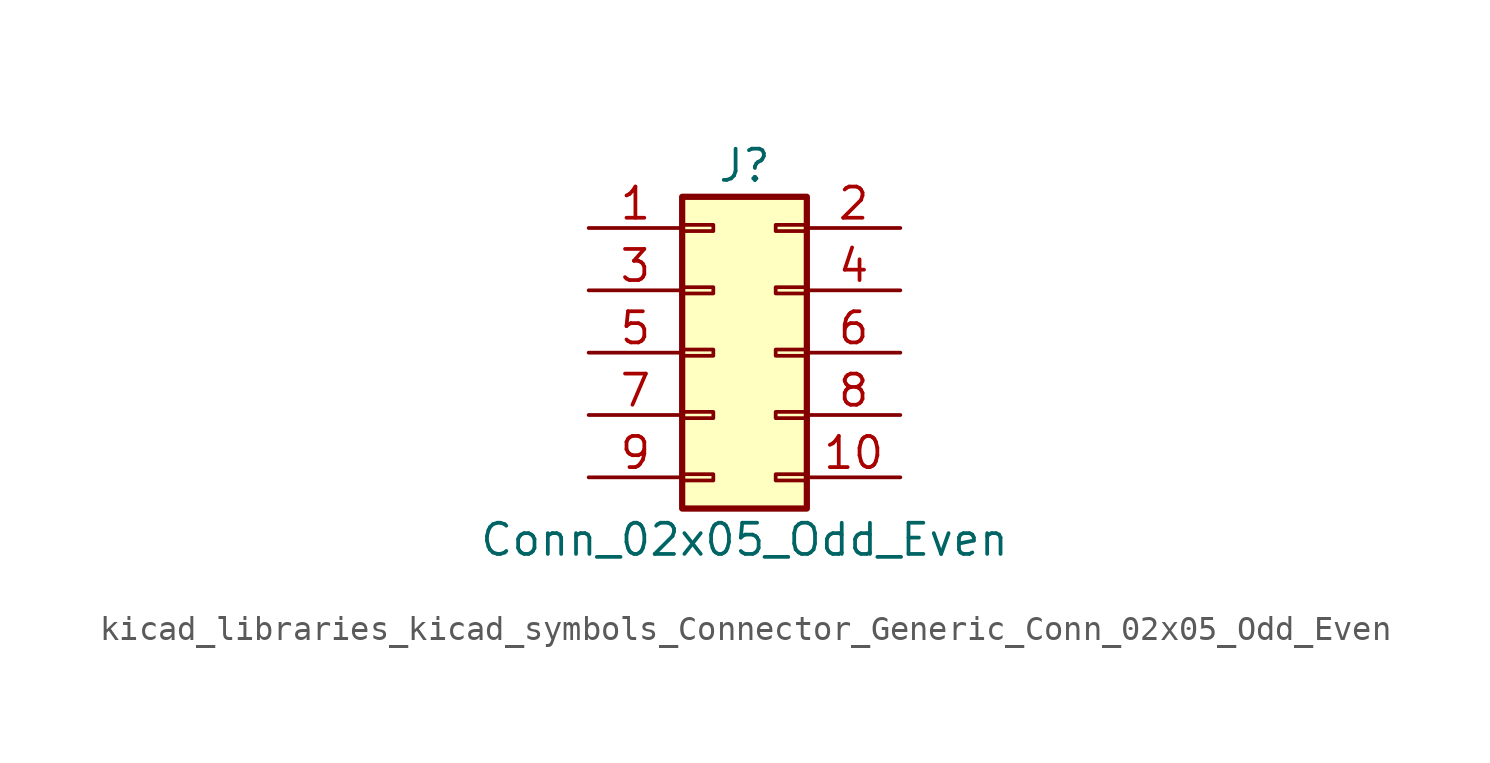
<source format=kicad_sym>
(kicad_symbol_lib
  (version 20220914)
  (generator kicad_symbol_editor)
  (symbol "kicad_libraries_kicad_symbols_Connector_Generic_Conn_02x05_Odd_Even"
    (pin_names
      (offset 1.016) hide)
    (property "Reference" "J"
      (at 1.27 7.62 0)
      (effects (font (size 1.27 1.27))))
    (property "Value" "Conn_02x05_Odd_Even"
      (at 1.27 -7.62 0)
      (effects (font (size 1.27 1.27))))
    (symbol "kicad_libraries_kicad_symbols_Connector_Generic_Conn_02x05_Odd_Even_1_1"
      (rectangle (start -1.27 -4.953) (end 0 -5.207) (stroke (width 0.152) (type default)) (fill (type none)))
      (rectangle (start -1.27 -2.413) (end 0 -2.667) (stroke (width 0.152) (type default)) (fill (type none)))
      (rectangle (start -1.27 0.127) (end 0 -0.127) (stroke (width 0.152) (type default)) (fill (type none)))
      (rectangle (start -1.27 2.667) (end 0 2.413) (stroke (width 0.152) (type default)) (fill (type none)))
      (rectangle (start -1.27 5.207) (end 0 4.953) (stroke (width 0.152) (type default)) (fill (type none)))
      (rectangle (start -1.27 6.35) (end 3.81 -6.35) (stroke (width 0.254) (type default)) (fill (type background)))
      (rectangle (start 3.81 -4.953) (end 2.54 -5.207) (stroke (width 0.152) (type default)) (fill (type none)))
      (rectangle (start 3.81 -2.413) (end 2.54 -2.667) (stroke (width 0.152) (type default)) (fill (type none)))
      (rectangle (start 3.81 0.127) (end 2.54 -0.127) (stroke (width 0.152) (type default)) (fill (type none)))
      (rectangle (start 3.81 2.667) (end 2.54 2.413) (stroke (width 0.152) (type default)) (fill (type none)))
      (rectangle (start 3.81 5.207) (end 2.54 4.953) (stroke (width 0.152) (type default)) (fill (type none)))
      (pin passive line (at -5.08 5.08 0) (length 3.81) (name "Pin_1" (effects (font (size 1.27 1.27)))) (number "1" (effects (font (size 1.27 1.27)))))
      (pin passive line (at 7.62 -5.08 180) (length 3.81) (name "Pin_10" (effects (font (size 1.27 1.27)))) (number "10" (effects (font (size 1.27 1.27)))))
      (pin passive line (at 7.62 5.08 180) (length 3.81) (name "Pin_2" (effects (font (size 1.27 1.27)))) (number "2" (effects (font (size 1.27 1.27)))))
      (pin passive line (at -5.08 2.54 0) (length 3.81) (name "Pin_3" (effects (font (size 1.27 1.27)))) (number "3" (effects (font (size 1.27 1.27)))))
      (pin passive line (at 7.62 2.54 180) (length 3.81) (name "Pin_4" (effects (font (size 1.27 1.27)))) (number "4" (effects (font (size 1.27 1.27)))))
      (pin passive line (at -5.08 0 0) (length 3.81) (name "Pin_5" (effects (font (size 1.27 1.27)))) (number "5" (effects (font (size 1.27 1.27)))))
      (pin passive line (at 7.62 0 180) (length 3.81) (name "Pin_6" (effects (font (size 1.27 1.27)))) (number "6" (effects (font (size 1.27 1.27)))))
      (pin passive line (at -5.08 -2.54 0) (length 3.81) (name "Pin_7" (effects (font (size 1.27 1.27)))) (number "7" (effects (font (size 1.27 1.27)))))
      (pin passive line (at 7.62 -2.54 180) (length 3.81) (name "Pin_8" (effects (font (size 1.27 1.27)))) (number "8" (effects (font (size 1.27 1.27)))))
      (pin passive line (at -5.08 -5.08 0) (length 3.81) (name "Pin_9" (effects (font (size 1.27 1.27)))) (number "9" (effects (font (size 1.27 1.27))))))))
</source>
